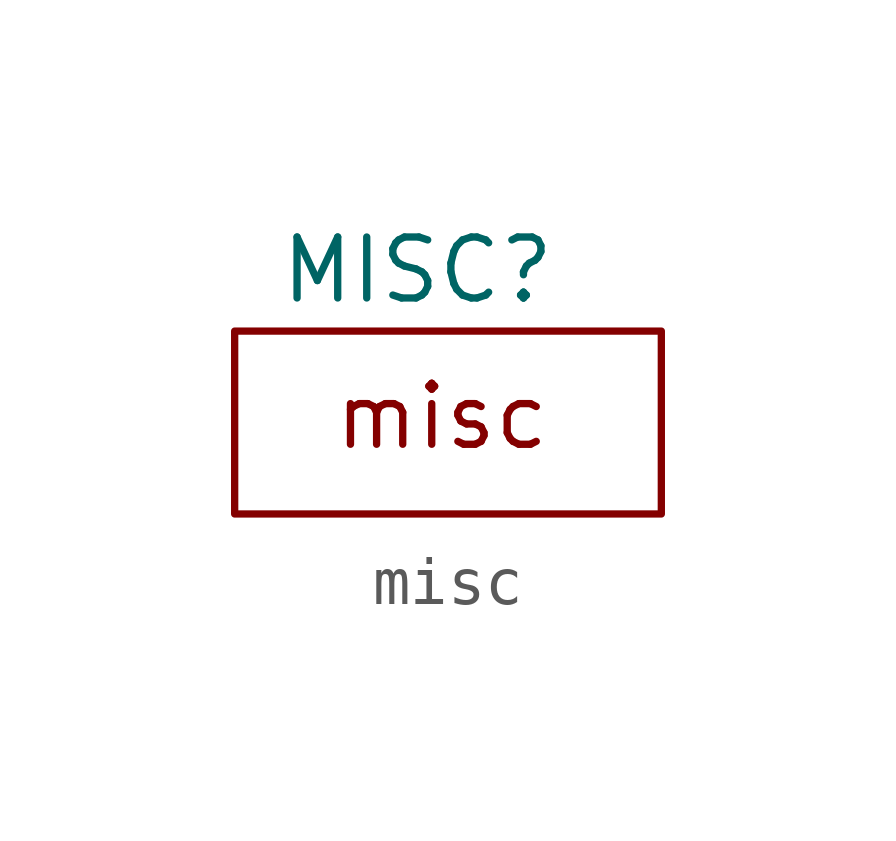
<source format=kicad_sym>
(kicad_symbol_lib
  (version 20231120)
  (generator "kicad_symbol_editor")
  (generator_version "8.0")
  (symbol "misc"
    (property "Reference" "MISC"
      (at 3.81 1.27 0)
      (effects (font (size 1.27 1.27))))
    (property "Value" ""
      (at 3.81 -1.27 0)
      (effects (font (size 1.27 1.27))))
    (symbol "misc_1_1"
      (rectangle (start 0 0) (end 8.89 -3.81) (stroke (width 0) (type default)) (fill (type none)))
      (text "misc" (at 4.318 -1.778 0) (effects (font (size 1.27 1.27)))))))
</source>
